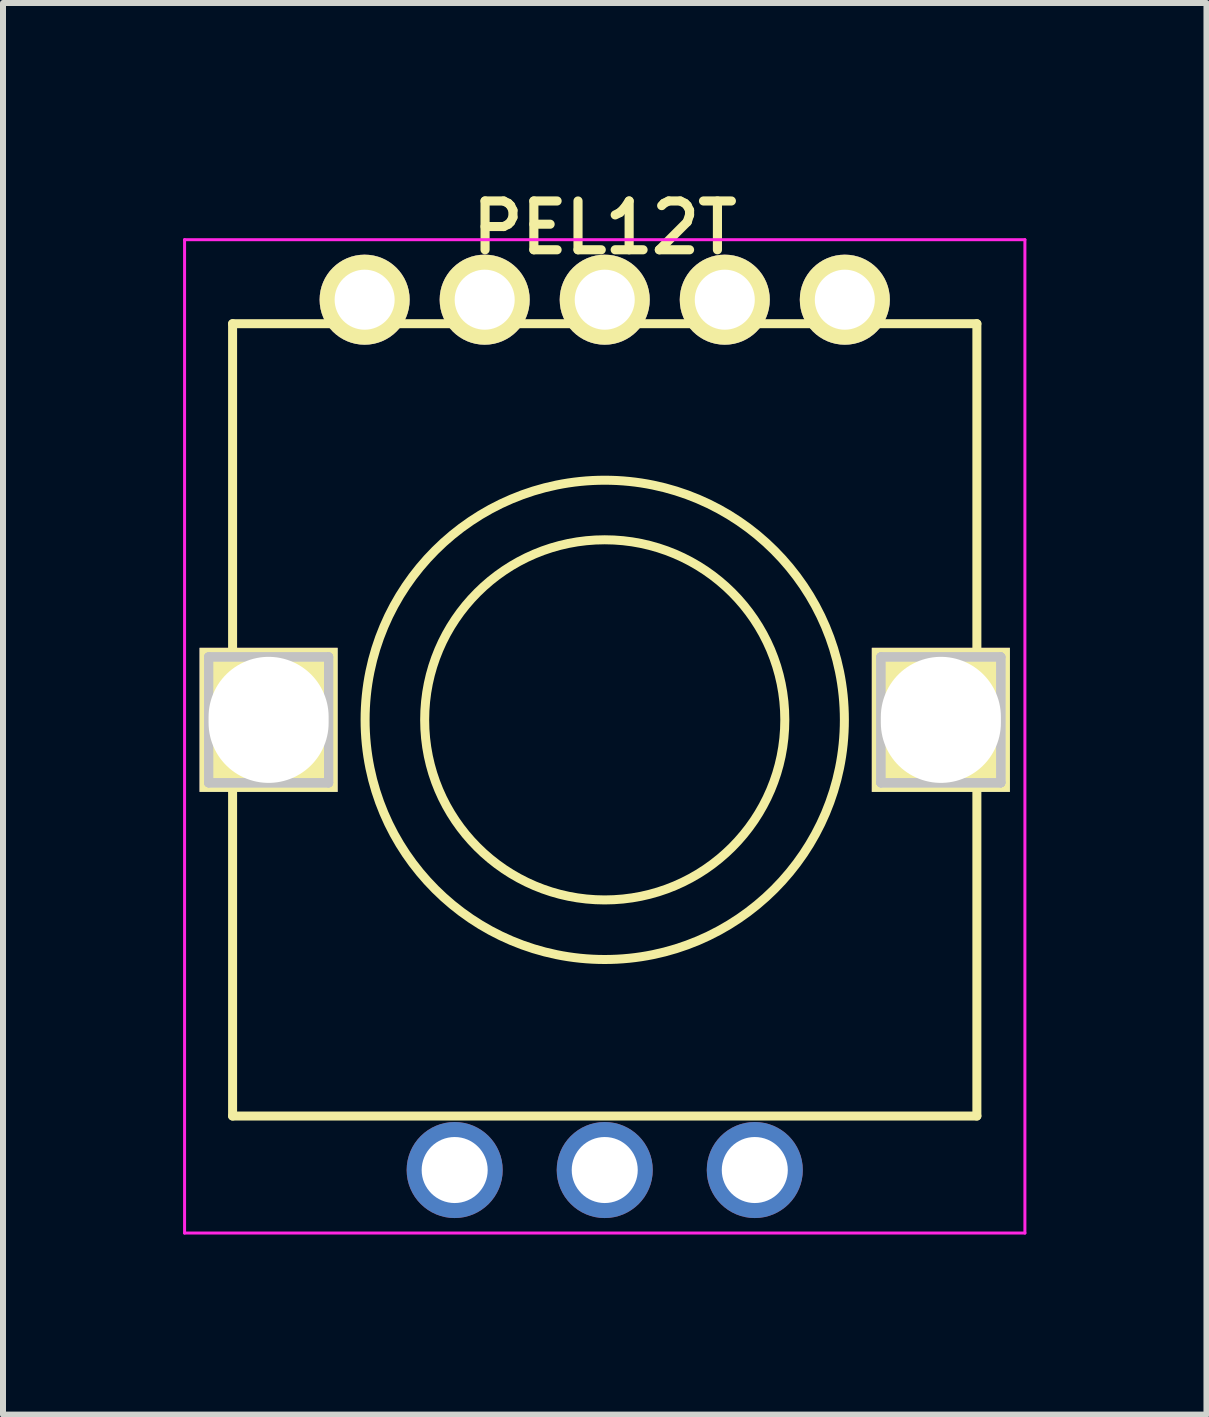
<source format=kicad_pcb>
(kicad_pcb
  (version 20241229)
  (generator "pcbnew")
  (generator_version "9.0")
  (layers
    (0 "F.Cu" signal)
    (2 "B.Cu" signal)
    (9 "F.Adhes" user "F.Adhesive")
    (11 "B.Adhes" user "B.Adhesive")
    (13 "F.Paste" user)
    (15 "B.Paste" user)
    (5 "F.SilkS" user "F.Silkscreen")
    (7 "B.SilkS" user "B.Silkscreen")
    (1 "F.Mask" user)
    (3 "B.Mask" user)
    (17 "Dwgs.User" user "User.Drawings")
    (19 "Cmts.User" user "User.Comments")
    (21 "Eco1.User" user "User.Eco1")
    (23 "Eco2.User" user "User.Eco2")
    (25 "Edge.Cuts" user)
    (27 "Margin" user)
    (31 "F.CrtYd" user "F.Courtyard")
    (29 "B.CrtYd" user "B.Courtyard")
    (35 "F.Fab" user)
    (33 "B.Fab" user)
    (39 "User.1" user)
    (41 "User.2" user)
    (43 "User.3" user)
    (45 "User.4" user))
  (footprint "PEL12T"
    (layer "F.Cu")
    (at 7.025 8.943)
    (property "Reference" "PEL12T" (at 0 -8.2 0) (layer "F.SilkS") (effects (font (size 0.813 0.813) (thickness 0.152))))
    (attr through_hole)
    (fp_line (start -6.2 -6.6) (end -6.2 6.6) (stroke (width 0.15) (type solid)) (layer "F.SilkS"))
    (fp_line (start -6.2 6.6) (end 6.2 6.6) (stroke (width 0.15) (type solid)) (layer "F.SilkS"))
    (fp_line (start 6.2 -6.6) (end -6.2 -6.6) (stroke (width 0.15) (type solid)) (layer "F.SilkS"))
    (fp_line (start 6.2 6.6) (end 6.2 -6.6) (stroke (width 0.15) (type solid)) (layer "F.SilkS"))
    (fp_circle (center 0 0) (end 3 0) (stroke (width 0.15) (type solid)) (fill no) (layer "F.SilkS"))
    (fp_circle (center 0 0) (end 3.7 1.5) (stroke (width 0.15) (type solid)) (fill no) (layer "F.SilkS"))
    (fp_line (start -6.599 -1.049) (end -6.599 1.049) (stroke (width 0.15) (type solid)) (layer "Dwgs.User"))
    (fp_line (start -6.599 -1.049) (end -6.599 1.049) (stroke (width 0.15) (type solid)) (layer "Dwgs.User"))
    (fp_line (start -6.599 1.049) (end -4.6 1.049) (stroke (width 0.15) (type solid)) (layer "Dwgs.User"))
    (fp_line (start -6.599 1.049) (end -4.6 1.049) (stroke (width 0.15) (type solid)) (layer "Dwgs.User"))
    (fp_line (start -4.6 -1.049) (end -6.599 -1.049) (stroke (width 0.15) (type solid)) (layer "Dwgs.User"))
    (fp_line (start -4.6 -1.049) (end -6.599 -1.049) (stroke (width 0.15) (type solid)) (layer "Dwgs.User"))
    (fp_line (start -4.6 1.049) (end -4.6 -1.049) (stroke (width 0.15) (type solid)) (layer "Dwgs.User"))
    (fp_line (start -4.6 1.049) (end -4.6 -1.049) (stroke (width 0.15) (type solid)) (layer "Dwgs.User"))
    (fp_line (start 4.6 -1.049) (end 4.6 1.049) (stroke (width 0.15) (type solid)) (layer "Dwgs.User"))
    (fp_line (start 4.6 -1.049) (end 4.6 1.049) (stroke (width 0.15) (type solid)) (layer "Dwgs.User"))
    (fp_line (start 4.6 1.049) (end 6.599 1.049) (stroke (width 0.15) (type solid)) (layer "Dwgs.User"))
    (fp_line (start 4.6 1.049) (end 6.599 1.049) (stroke (width 0.15) (type solid)) (layer "Dwgs.User"))
    (fp_line (start 6.599 -1.049) (end 4.6 -1.049) (stroke (width 0.15) (type solid)) (layer "Dwgs.User"))
    (fp_line (start 6.599 -1.049) (end 4.6 -1.049) (stroke (width 0.15) (type solid)) (layer "Dwgs.User"))
    (fp_line (start 6.599 1.049) (end 6.599 -1.049) (stroke (width 0.15) (type solid)) (layer "Dwgs.User"))
    (fp_line (start 6.599 1.049) (end 6.599 -1.049) (stroke (width 0.15) (type solid)) (layer "Dwgs.User"))
    (fp_line (start -6.599 -1.049) (end -6.599 1.049) (stroke (width 0.15) (type solid)) (layer "Edge.Cuts"))
    (fp_line (start -6.599 1.049) (end -4.6 1.049) (stroke (width 0.15) (type solid)) (layer "Edge.Cuts"))
    (fp_line (start -4.6 -1.049) (end -6.599 -1.049) (stroke (width 0.15) (type solid)) (layer "Edge.Cuts"))
    (fp_line (start -4.6 1.049) (end -4.6 -1.049) (stroke (width 0.15) (type solid)) (layer "Edge.Cuts"))
    (fp_line (start 4.6 -1.049) (end 4.6 1.049) (stroke (width 0.15) (type solid)) (layer "Edge.Cuts"))
    (fp_line (start 4.6 1.049) (end 6.599 1.049) (stroke (width 0.15) (type solid)) (layer "Edge.Cuts"))
    (fp_line (start 6.599 -1.049) (end 4.6 -1.049) (stroke (width 0.15) (type solid)) (layer "Edge.Cuts"))
    (fp_line (start 6.599 1.049) (end 6.599 -1.049) (stroke (width 0.15) (type solid)) (layer "Edge.Cuts"))
    (fp_line (start -7 -8) (end 7 -8) (stroke (width 0.05) (type solid)) (layer "F.CrtYd"))
    (fp_line (start -7 8.55) (end -7 -8) (stroke (width 0.05) (type solid)) (layer "F.CrtYd"))
    (fp_line (start 7 -8) (end 7 8.55) (stroke (width 0.05) (type solid)) (layer "F.CrtYd"))
    (fp_line (start 7 8.55) (end -7 8.55) (stroke (width 0.05) (type solid)) (layer "F.CrtYd"))
    (pad "1" thru_hole circle (at -4 -7) (size 1.5 1.5) (drill 1) (layers "*.Cu" "*.Mask" "F.SilkS"))
    (pad "2" thru_hole circle (at -2 -7) (size 1.5 1.5) (drill 1) (layers "*.Cu" "*.Mask" "F.SilkS"))
    (pad "3" thru_hole circle (at 0 -7) (size 1.5 1.5) (drill 1) (layers "*.Cu" "*.Mask" "F.SilkS"))
    (pad "4" thru_hole circle (at 2 -7) (size 1.5 1.5) (drill 1) (layers "*.Cu" "*.Mask" "F.SilkS"))
    (pad "5" thru_hole circle (at 4 -7) (size 1.5 1.5) (drill 1) (layers "*.Cu" "*.Mask" "F.SilkS"))
    (pad "A" thru_hole circle (at -2.5 7.5) (size 1.6 1.6) (drill 1.1) (layers "*.Cu" "*.Mask"))
    (pad "B" thru_hole circle (at 2.5 7.5) (size 1.6 1.6) (drill 1.1) (layers "*.Cu" "*.Mask"))
    (pad "C" thru_hole circle (at 0 7.5) (size 1.6 1.6) (drill 1.1) (layers "*.Cu" "*.Mask"))
    (pad "FG1" thru_hole rect (at -5.6 0) (size 2.3 2.4) (drill oval 2 2.1) (layers "*.Cu" "*.Mask" "F.SilkS"))
    (pad "FG2" thru_hole rect (at 5.6 0) (size 2.3 2.4) (drill oval 2 2.1) (layers "*.Cu" "*.Mask" "F.SilkS")))
  (gr_rect
    (start -3 -3)
    (end 17.05 20.518)
    (stroke (width 0.1) (type default))
    (fill no)
    (layer "Edge.Cuts")))
</source>
